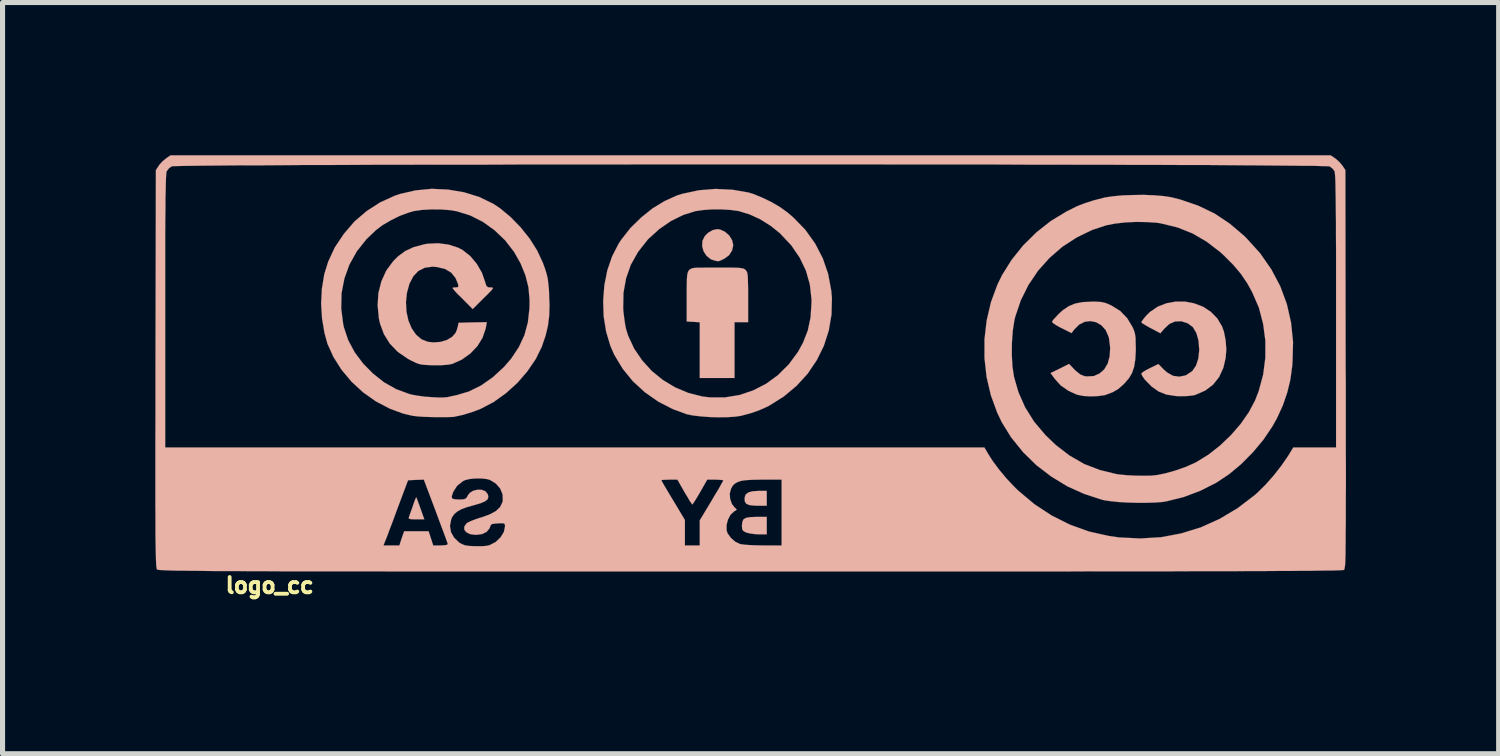
<source format=kicad_pcb>
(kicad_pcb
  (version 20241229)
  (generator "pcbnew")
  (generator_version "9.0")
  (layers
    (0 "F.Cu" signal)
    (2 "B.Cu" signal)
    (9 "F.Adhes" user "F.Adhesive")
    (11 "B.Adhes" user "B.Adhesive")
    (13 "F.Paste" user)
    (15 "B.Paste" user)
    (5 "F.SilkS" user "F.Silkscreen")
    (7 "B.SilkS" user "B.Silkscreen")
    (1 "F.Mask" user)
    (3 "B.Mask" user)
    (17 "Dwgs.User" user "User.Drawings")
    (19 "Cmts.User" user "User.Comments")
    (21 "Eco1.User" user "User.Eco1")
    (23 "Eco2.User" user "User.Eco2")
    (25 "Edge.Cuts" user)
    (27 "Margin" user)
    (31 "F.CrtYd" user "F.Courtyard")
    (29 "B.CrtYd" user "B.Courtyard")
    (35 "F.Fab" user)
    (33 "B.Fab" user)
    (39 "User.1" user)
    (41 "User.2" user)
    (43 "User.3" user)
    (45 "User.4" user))
  (footprint "logo_cc"
    (layer "F.Cu")
    (at 11.645 4.131)
    (property "Reference" "logo_cc" (at -9.398 4.318 0) (layer "F.SilkS") (effects (font (size 0.3 0.3) (thickness 0.075))))
    (attr through_hole)
    (fp_poly (pts (xy -0.069 2.598) (xy -0.066 2.667) (xy -0.036 2.715) (xy 0.028 2.741) (xy 0.13 2.751) (xy 0.185 2.753) (xy 0.366 2.753) (xy 0.366 2.606) (xy 0.366 2.461) (xy 0.213 2.461) (xy 0.086 2.469) (xy 0 2.494) (xy -0.051 2.537) (xy -0.069 2.598)) (stroke (width 0.003) (type solid)) (fill yes) (layer "B.SilkS"))
    (fp_poly (pts (xy -0.122 3.147) (xy -0.117 3.211) (xy -0.094 3.249) (xy -0.041 3.277) (xy -0.038 3.279) (xy 0.033 3.297) (xy 0.13 3.31) (xy 0.206 3.315) (xy 0.366 3.315) (xy 0.366 3.142) (xy 0.366 2.972) (xy 0.16 2.972) (xy 0.038 2.977) (xy -0.043 2.992) (xy -0.091 3.02) (xy -0.114 3.073) (xy -0.122 3.147)) (stroke (width 0.003) (type solid)) (fill yes) (layer "B.SilkS"))
    (fp_poly (pts (xy -6.668 2.99) (xy -6.66 3.007) (xy -6.619 3.018) (xy -6.535 3.02) (xy -6.52 3.02) (xy -6.36 3.02) (xy -6.436 2.807) (xy -6.469 2.715) (xy -6.497 2.639) (xy -6.515 2.596) (xy -6.518 2.586) (xy -6.528 2.603) (xy -6.551 2.659) (xy -6.579 2.738) (xy -6.589 2.769) (xy -6.622 2.863) (xy -6.65 2.939) (xy -6.665 2.985) (xy -6.668 2.99)) (stroke (width 0.003) (type solid)) (fill yes) (layer "B.SilkS"))
    (fp_poly (pts (xy -0.902 -2.344) (xy -0.874 -2.243) (xy -0.815 -2.154) (xy -0.732 -2.088) (xy -0.688 -2.073) (xy -0.625 -2.055) (xy -0.587 -2.05) (xy -0.549 -2.06) (xy -0.493 -2.088) (xy -0.47 -2.098) (xy -0.376 -2.167) (xy -0.315 -2.261) (xy -0.292 -2.367) (xy -0.315 -2.464) (xy -0.371 -2.555) (xy -0.455 -2.629) (xy -0.549 -2.672) (xy -0.605 -2.68) (xy -0.693 -2.662) (xy -0.785 -2.609) (xy -0.851 -2.543) (xy -0.897 -2.451) (xy -0.902 -2.344)) (stroke (width 0.003) (type solid)) (fill yes) (layer "B.SilkS"))
    (fp_poly (pts (xy -1.206 -0.866) (xy -1.077 -0.859) (xy -0.95 -0.851) (xy -0.95 -0.302) (xy -0.95 0.244) (xy -0.61 0.244) (xy -0.267 0.244) (xy -0.267 -0.305) (xy -0.267 -0.853) (xy -0.135 -0.853) (xy 0 -0.853) (xy 0 -1.341) (xy 0 -1.506) (xy -0.003 -1.633) (xy -0.005 -1.722) (xy -0.01 -1.783) (xy -0.018 -1.826) (xy -0.03 -1.854) (xy -0.046 -1.872) (xy -0.048 -1.877) (xy -0.066 -1.892) (xy -0.091 -1.905) (xy -0.13 -1.913) (xy -0.185 -1.92) (xy -0.269 -1.923) (xy -0.384 -1.925) (xy -0.538 -1.925) (xy -0.605 -1.925) (xy -0.775 -1.925) (xy -0.904 -1.923) (xy -0.996 -1.923) (xy -1.062 -1.918) (xy -1.102 -1.91) (xy -1.13 -1.897) (xy -1.151 -1.885) (xy -1.158 -1.875) (xy -1.176 -1.852) (xy -1.186 -1.824) (xy -1.196 -1.781) (xy -1.201 -1.717) (xy -1.204 -1.626) (xy -1.206 -1.499) (xy -1.206 -1.344) (xy -1.206 -0.866)) (stroke (width 0.003) (type solid)) (fill yes) (layer "B.SilkS"))
    (fp_poly (pts (xy 7.724 0.16) (xy 7.739 0.196) (xy 7.775 0.251) (xy 7.79 0.272) (xy 7.925 0.411) (xy 8.062 0.508) (xy 8.214 0.569) (xy 8.395 0.597) (xy 8.468 0.602) (xy 8.616 0.599) (xy 8.735 0.587) (xy 8.788 0.574) (xy 8.979 0.49) (xy 9.131 0.376) (xy 9.251 0.226) (xy 9.335 0.043) (xy 9.38 -0.15) (xy 9.393 -0.318) (xy 9.38 -0.495) (xy 9.347 -0.663) (xy 9.309 -0.77) (xy 9.215 -0.927) (xy 9.088 -1.057) (xy 8.936 -1.156) (xy 8.763 -1.222) (xy 8.583 -1.257) (xy 8.397 -1.257) (xy 8.217 -1.224) (xy 8.044 -1.156) (xy 7.892 -1.052) (xy 7.818 -0.978) (xy 7.767 -0.917) (xy 7.734 -0.871) (xy 7.724 -0.851) (xy 7.744 -0.831) (xy 7.798 -0.798) (xy 7.877 -0.752) (xy 7.912 -0.734) (xy 8.098 -0.635) (xy 8.179 -0.729) (xy 8.278 -0.82) (xy 8.385 -0.866) (xy 8.506 -0.871) (xy 8.509 -0.871) (xy 8.636 -0.831) (xy 8.738 -0.754) (xy 8.806 -0.638) (xy 8.847 -0.49) (xy 8.862 -0.305) (xy 8.844 -0.14) (xy 8.799 0) (xy 8.725 0.107) (xy 8.71 0.119) (xy 8.595 0.193) (xy 8.471 0.218) (xy 8.346 0.201) (xy 8.23 0.135) (xy 8.166 0.079) (xy 8.059 -0.03) (xy 7.892 0.051) (xy 7.813 0.091) (xy 7.752 0.13) (xy 7.724 0.157) (xy 7.724 0.16)) (stroke (width 0.003) (type solid)) (fill yes) (layer "B.SilkS"))
    (fp_poly (pts (xy 5.941 0.147) (xy 6.025 0.262) (xy 6.142 0.391) (xy 6.292 0.495) (xy 6.454 0.569) (xy 6.464 0.572) (xy 6.586 0.597) (xy 6.728 0.605) (xy 6.876 0.599) (xy 7 0.582) (xy 7.031 0.572) (xy 7.16 0.523) (xy 7.267 0.462) (xy 7.369 0.373) (xy 7.391 0.351) (xy 7.48 0.249) (xy 7.541 0.145) (xy 7.582 0.025) (xy 7.605 -0.119) (xy 7.615 -0.3) (xy 7.615 -0.33) (xy 7.612 -0.457) (xy 7.61 -0.551) (xy 7.6 -0.62) (xy 7.584 -0.678) (xy 7.559 -0.739) (xy 7.549 -0.759) (xy 7.445 -0.932) (xy 7.31 -1.072) (xy 7.142 -1.176) (xy 7.061 -1.214) (xy 6.995 -1.237) (xy 6.924 -1.25) (xy 6.835 -1.255) (xy 6.751 -1.255) (xy 6.571 -1.247) (xy 6.426 -1.219) (xy 6.302 -1.168) (xy 6.185 -1.09) (xy 6.111 -1.024) (xy 6.045 -0.955) (xy 5.994 -0.899) (xy 5.972 -0.864) (xy 5.969 -0.859) (xy 5.989 -0.836) (xy 6.045 -0.798) (xy 6.124 -0.752) (xy 6.162 -0.734) (xy 6.353 -0.638) (xy 6.406 -0.709) (xy 6.502 -0.805) (xy 6.614 -0.861) (xy 6.726 -0.874) (xy 6.838 -0.851) (xy 6.939 -0.792) (xy 7.023 -0.699) (xy 7.079 -0.572) (xy 7.089 -0.536) (xy 7.112 -0.351) (xy 7.102 -0.183) (xy 7.064 -0.041) (xy 6.995 0.076) (xy 6.901 0.157) (xy 6.787 0.206) (xy 6.652 0.213) (xy 6.609 0.208) (xy 6.525 0.175) (xy 6.436 0.104) (xy 6.411 0.079) (xy 6.304 -0.033) (xy 6.124 0.058) (xy 5.941 0.147)) (stroke (width 0.003) (type solid)) (fill yes) (layer "B.SilkS"))
    (fp_poly (pts (xy -7.277 -1.179) (xy -7.252 -0.922) (xy -7.231 -0.828) (xy -7.155 -0.62) (xy -7.038 -0.432) (xy -6.881 -0.269) (xy -6.685 -0.135) (xy -6.629 -0.104) (xy -6.546 -0.064) (xy -6.48 -0.036) (xy -6.413 -0.02) (xy -6.337 -0.013) (xy -6.231 -0.008) (xy -6.177 -0.008) (xy -6.017 -0.008) (xy -5.89 -0.018) (xy -5.812 -0.033) (xy -5.624 -0.117) (xy -5.458 -0.236) (xy -5.319 -0.381) (xy -5.217 -0.546) (xy -5.156 -0.724) (xy -5.149 -0.759) (xy -5.133 -0.853) (xy -5.41 -0.848) (xy -5.687 -0.841) (xy -5.702 -0.767) (xy -5.723 -0.696) (xy -5.745 -0.643) (xy -5.814 -0.564) (xy -5.916 -0.503) (xy -6.043 -0.465) (xy -6.18 -0.455) (xy -6.292 -0.467) (xy -6.416 -0.516) (xy -6.523 -0.607) (xy -6.609 -0.732) (xy -6.673 -0.884) (xy -6.711 -1.057) (xy -6.721 -1.245) (xy -6.703 -1.425) (xy -6.652 -1.61) (xy -6.576 -1.755) (xy -6.477 -1.859) (xy -6.35 -1.923) (xy -6.198 -1.943) (xy -6.106 -1.935) (xy -5.951 -1.897) (xy -5.832 -1.826) (xy -5.748 -1.722) (xy -5.7 -1.608) (xy -5.69 -1.557) (xy -5.705 -1.539) (xy -5.758 -1.534) (xy -5.789 -1.534) (xy -5.804 -1.527) (xy -5.796 -1.509) (xy -5.768 -1.473) (xy -5.712 -1.412) (xy -5.624 -1.326) (xy -5.621 -1.323) (xy -5.41 -1.11) (xy -5.197 -1.323) (xy -5.108 -1.41) (xy -5.05 -1.471) (xy -5.019 -1.506) (xy -5.014 -1.527) (xy -5.029 -1.534) (xy -5.06 -1.534) (xy -5.11 -1.539) (xy -5.138 -1.562) (xy -5.159 -1.615) (xy -5.164 -1.638) (xy -5.23 -1.826) (xy -5.331 -1.999) (xy -5.458 -2.151) (xy -5.606 -2.268) (xy -5.697 -2.316) (xy -5.885 -2.377) (xy -6.091 -2.403) (xy -6.302 -2.393) (xy -6.37 -2.38) (xy -6.568 -2.327) (xy -6.734 -2.25) (xy -6.878 -2.144) (xy -6.97 -2.052) (xy -7.107 -1.867) (xy -7.203 -1.656) (xy -7.262 -1.425) (xy -7.277 -1.179)) (stroke (width 0.003) (type solid)) (fill yes) (layer "B.SilkS"))
    (fp_poly (pts (xy -2.847 -1.27) (xy -2.837 -0.965) (xy -2.789 -0.668) (xy -2.705 -0.386) (xy -2.629 -0.213) (xy -2.466 0.058) (xy -2.454 0.074) (xy -2.454 -1.12) (xy -2.449 -1.425) (xy -2.398 -1.712) (xy -2.304 -1.981) (xy -2.162 -2.233) (xy -1.976 -2.469) (xy -1.953 -2.494) (xy -1.745 -2.682) (xy -1.516 -2.84) (xy -1.275 -2.959) (xy -1.031 -3.035) (xy -1.024 -3.035) (xy -0.881 -3.056) (xy -0.711 -3.068) (xy -0.528 -3.068) (xy -0.351 -3.058) (xy -0.201 -3.038) (xy -0.183 -3.035) (xy 0.023 -2.972) (xy 0.236 -2.875) (xy 0.442 -2.746) (xy 0.627 -2.598) (xy 0.635 -2.588) (xy 0.848 -2.362) (xy 1.013 -2.121) (xy 1.135 -1.867) (xy 1.212 -1.598) (xy 1.245 -1.306) (xy 1.245 -1.227) (xy 1.227 -0.945) (xy 1.173 -0.691) (xy 1.079 -0.45) (xy 0.98 -0.269) (xy 0.8 -0.025) (xy 0.589 0.185) (xy 0.356 0.356) (xy 0.099 0.488) (xy -0.173 0.579) (xy -0.455 0.625) (xy -0.747 0.625) (xy -0.899 0.607) (xy -1.173 0.538) (xy -1.433 0.429) (xy -1.676 0.282) (xy -1.895 0.104) (xy -2.083 -0.104) (xy -2.24 -0.335) (xy -2.357 -0.587) (xy -2.398 -0.719) (xy -2.416 -0.808) (xy -2.433 -0.927) (xy -2.449 -1.057) (xy -2.454 -1.12) (xy -2.454 0.074) (xy -2.266 0.305) (xy -2.029 0.523) (xy -1.763 0.709) (xy -1.476 0.856) (xy -1.206 0.955) (xy -1.085 0.98) (xy -0.927 0.998) (xy -0.752 1.011) (xy -0.572 1.016) (xy -0.399 1.013) (xy -0.249 1.003) (xy -0.147 0.988) (xy 0.046 0.937) (xy 0.208 0.881) (xy 0.358 0.815) (xy 0.414 0.787) (xy 0.701 0.607) (xy 0.953 0.396) (xy 1.171 0.157) (xy 1.349 -0.107) (xy 1.488 -0.389) (xy 1.585 -0.691) (xy 1.638 -1.003) (xy 1.646 -1.326) (xy 1.633 -1.473) (xy 1.572 -1.801) (xy 1.466 -2.108) (xy 1.316 -2.398) (xy 1.123 -2.667) (xy 0.886 -2.911) (xy 0.77 -3.01) (xy 0.63 -3.111) (xy 0.46 -3.211) (xy 0.282 -3.297) (xy 0.109 -3.368) (xy 0.01 -3.399) (xy -0.307 -3.454) (xy -0.638 -3.47) (xy -0.965 -3.444) (xy -1.283 -3.376) (xy -1.4 -3.34) (xy -1.638 -3.233) (xy -1.875 -3.089) (xy -2.101 -2.908) (xy -2.309 -2.705) (xy -2.487 -2.479) (xy -2.543 -2.395) (xy -2.672 -2.144) (xy -2.766 -1.869) (xy -2.824 -1.575) (xy -2.847 -1.27)) (stroke (width 0.003) (type solid)) (fill yes) (layer "B.SilkS"))
    (fp_poly (pts (xy -8.387 -1.219) (xy -8.369 -0.925) (xy -8.321 -0.64) (xy -8.263 -0.429) (xy -8.143 -0.165) (xy -7.993 0.071) (xy -7.993 -1.12) (xy -7.986 -1.422) (xy -7.93 -1.712) (xy -7.831 -1.986) (xy -7.686 -2.245) (xy -7.496 -2.484) (xy -7.315 -2.657) (xy -7.183 -2.758) (xy -7.021 -2.852) (xy -6.848 -2.939) (xy -6.678 -3.002) (xy -6.566 -3.035) (xy -6.406 -3.058) (xy -6.22 -3.068) (xy -6.027 -3.066) (xy -5.847 -3.053) (xy -5.718 -3.03) (xy -5.458 -2.949) (xy -5.21 -2.824) (xy -4.981 -2.659) (xy -4.773 -2.461) (xy -4.597 -2.233) (xy -4.47 -2.009) (xy -4.374 -1.773) (xy -4.315 -1.539) (xy -4.293 -1.293) (xy -4.295 -1.123) (xy -4.326 -0.848) (xy -4.394 -0.597) (xy -4.503 -0.363) (xy -4.653 -0.137) (xy -4.796 0.028) (xy -5.014 0.229) (xy -5.245 0.391) (xy -5.489 0.511) (xy -5.73 0.582) (xy -5.814 0.599) (xy -5.883 0.615) (xy -5.908 0.62) (xy -5.982 0.627) (xy -6.088 0.627) (xy -6.218 0.62) (xy -6.355 0.61) (xy -6.487 0.592) (xy -6.601 0.572) (xy -6.652 0.559) (xy -6.909 0.465) (xy -7.15 0.33) (xy -7.369 0.157) (xy -7.564 -0.041) (xy -7.729 -0.262) (xy -7.856 -0.5) (xy -7.94 -0.752) (xy -7.953 -0.81) (xy -7.993 -1.12) (xy -7.993 0.071) (xy -7.983 0.086) (xy -7.788 0.318) (xy -7.562 0.526) (xy -7.31 0.704) (xy -7.038 0.846) (xy -6.784 0.94) (xy -6.683 0.965) (xy -6.591 0.986) (xy -6.492 0.998) (xy -6.373 1.006) (xy -6.218 1.011) (xy -6.213 1.011) (xy -6.081 1.013) (xy -5.959 1.013) (xy -5.862 1.011) (xy -5.799 1.008) (xy -5.786 1.008) (xy -5.601 0.968) (xy -5.403 0.907) (xy -5.25 0.848) (xy -4.996 0.714) (xy -4.755 0.541) (xy -4.531 0.338) (xy -4.336 0.112) (xy -4.171 -0.13) (xy -4.049 -0.378) (xy -4.046 -0.391) (xy -3.978 -0.589) (xy -3.932 -0.782) (xy -3.907 -0.98) (xy -3.901 -1.204) (xy -3.907 -1.326) (xy -3.912 -1.486) (xy -3.924 -1.608) (xy -3.937 -1.712) (xy -3.96 -1.808) (xy -3.993 -1.913) (xy -4.034 -2.024) (xy -4.143 -2.258) (xy -4.29 -2.492) (xy -4.468 -2.715) (xy -4.666 -2.918) (xy -4.874 -3.091) (xy -5.006 -3.178) (xy -5.283 -3.312) (xy -5.58 -3.404) (xy -5.893 -3.457) (xy -6.213 -3.472) (xy -6.528 -3.442) (xy -6.838 -3.371) (xy -6.944 -3.335) (xy -7.229 -3.205) (xy -7.493 -3.035) (xy -7.732 -2.83) (xy -7.94 -2.588) (xy -8.118 -2.322) (xy -8.247 -2.045) (xy -8.326 -1.791) (xy -8.372 -1.511) (xy -8.387 -1.219)) (stroke (width 0.003) (type solid)) (fill yes) (layer "B.SilkS"))
    (fp_poly (pts (xy 4.643 -0.145) (xy 4.684 0.224) (xy 4.768 0.582) (xy 4.892 0.922) (xy 4.983 1.113) (xy 5.171 1.417) (xy 5.179 1.425) (xy 5.179 -0.213) (xy 5.182 -0.452) (xy 5.199 -0.688) (xy 5.232 -0.899) (xy 5.248 -0.963) (xy 5.357 -1.285) (xy 5.507 -1.585) (xy 5.695 -1.864) (xy 5.918 -2.113) (xy 6.172 -2.334) (xy 6.454 -2.517) (xy 6.756 -2.664) (xy 7.036 -2.756) (xy 7.206 -2.789) (xy 7.404 -2.812) (xy 7.617 -2.822) (xy 7.828 -2.819) (xy 8.021 -2.807) (xy 8.105 -2.794) (xy 8.43 -2.715) (xy 8.73 -2.596) (xy 9.009 -2.433) (xy 9.276 -2.228) (xy 9.347 -2.162) (xy 9.53 -1.979) (xy 9.68 -1.801) (xy 9.807 -1.613) (xy 9.901 -1.443) (xy 10.033 -1.138) (xy 10.117 -0.818) (xy 10.16 -0.488) (xy 10.16 -0.155) (xy 10.117 0.178) (xy 10.03 0.5) (xy 9.957 0.688) (xy 9.835 0.917) (xy 9.675 1.146) (xy 9.484 1.367) (xy 9.271 1.57) (xy 9.045 1.748) (xy 8.814 1.89) (xy 8.778 1.91) (xy 8.595 1.991) (xy 8.392 2.062) (xy 8.191 2.118) (xy 8.029 2.151) (xy 7.915 2.162) (xy 7.767 2.164) (xy 7.605 2.162) (xy 7.445 2.154) (xy 7.305 2.141) (xy 7.234 2.131) (xy 6.909 2.052) (xy 6.601 1.933) (xy 6.314 1.768) (xy 6.043 1.56) (xy 5.839 1.364) (xy 5.616 1.1) (xy 5.441 0.82) (xy 5.309 0.521) (xy 5.222 0.218) (xy 5.192 0.018) (xy 5.179 -0.213) (xy 5.179 1.425) (xy 5.4 1.699) (xy 5.662 1.956) (xy 5.954 2.179) (xy 6.271 2.372) (xy 6.604 2.522) (xy 6.949 2.634) (xy 7.005 2.647) (xy 7.122 2.664) (xy 7.275 2.68) (xy 7.447 2.69) (xy 7.635 2.695) (xy 7.818 2.695) (xy 7.988 2.69) (xy 8.133 2.68) (xy 8.214 2.667) (xy 8.552 2.583) (xy 8.882 2.459) (xy 9.195 2.301) (xy 9.444 2.136) (xy 9.685 1.935) (xy 9.914 1.704) (xy 10.122 1.455) (xy 10.295 1.199) (xy 10.384 1.041) (xy 10.503 0.782) (xy 10.589 0.533) (xy 10.65 0.282) (xy 10.688 0.005) (xy 10.693 -0.069) (xy 10.704 -0.462) (xy 10.665 -0.843) (xy 10.582 -1.209) (xy 10.452 -1.56) (xy 10.277 -1.89) (xy 10.058 -2.205) (xy 9.792 -2.499) (xy 9.743 -2.548) (xy 9.459 -2.789) (xy 9.162 -2.987) (xy 8.839 -3.142) (xy 8.491 -3.261) (xy 8.308 -3.307) (xy 8.158 -3.33) (xy 7.973 -3.345) (xy 7.77 -3.353) (xy 7.556 -3.35) (xy 7.351 -3.343) (xy 7.163 -3.325) (xy 7.008 -3.302) (xy 6.98 -3.294) (xy 6.784 -3.244) (xy 6.617 -3.19) (xy 6.459 -3.129) (xy 6.297 -3.048) (xy 6.251 -3.025) (xy 5.946 -2.84) (xy 5.662 -2.616) (xy 5.403 -2.36) (xy 5.177 -2.078) (xy 4.989 -1.778) (xy 4.897 -1.59) (xy 4.77 -1.245) (xy 4.686 -0.886) (xy 4.643 -0.516) (xy 4.643 -0.145)) (stroke (width 0.003) (type solid)) (fill yes) (layer "B.SilkS"))
    (fp_poly (pts (xy -11.643 2.758) (xy -11.641 2.992) (xy -11.641 3.193) (xy -11.641 3.368) (xy -11.638 3.515) (xy -11.636 3.64) (xy -11.633 3.739) (xy -11.631 3.82) (xy -11.628 3.884) (xy -11.626 3.929) (xy -11.62 3.965) (xy -11.618 3.988) (xy -11.613 4) (xy -11.608 4.006) (xy -11.603 4.008) (xy -11.59 4.011) (xy -11.57 4.013) (xy -11.542 4.016) (xy -11.501 4.018) (xy -11.45 4.021) (xy -11.45 1.608) (xy -11.45 -1.072) (xy -11.45 -1.516) (xy -11.45 -1.918) (xy -11.45 -2.271) (xy -11.45 -2.583) (xy -11.448 -2.855) (xy -11.445 -3.089) (xy -11.445 -3.287) (xy -11.44 -3.447) (xy -11.438 -3.579) (xy -11.435 -3.678) (xy -11.43 -3.749) (xy -11.427 -3.795) (xy -11.422 -3.815) (xy -11.379 -3.873) (xy -11.326 -3.912) (xy -11.295 -3.917) (xy -11.219 -3.919) (xy -11.097 -3.922) (xy -10.932 -3.924) (xy -10.726 -3.927) (xy -10.48 -3.929) (xy -10.198 -3.932) (xy -9.878 -3.934) (xy -9.525 -3.934) (xy -9.141 -3.937) (xy -8.725 -3.94) (xy -8.283 -3.94) (xy -7.813 -3.942) (xy -7.318 -3.945) (xy -6.8 -3.945) (xy -6.261 -3.947) (xy -5.705 -3.947) (xy -5.131 -3.947) (xy -4.539 -3.95) (xy -3.937 -3.95) (xy -3.32 -3.95) (xy -2.695 -3.95) (xy -2.062 -3.952) (xy -1.425 -3.952) (xy -0.78 -3.952) (xy -0.135 -3.952) (xy 0.511 -3.952) (xy 1.156 -3.952) (xy 1.798 -3.952) (xy 2.433 -3.952) (xy 3.063 -3.95) (xy 3.683 -3.95) (xy 4.295 -3.95) (xy 4.892 -3.95) (xy 5.476 -3.947) (xy 6.043 -3.947) (xy 6.594 -3.945) (xy 7.122 -3.945) (xy 7.63 -3.942) (xy 8.115 -3.942) (xy 8.572 -3.94) (xy 9.004 -3.94) (xy 9.408 -3.937) (xy 9.779 -3.934) (xy 10.117 -3.932) (xy 10.422 -3.929) (xy 10.688 -3.927) (xy 10.919 -3.924) (xy 11.107 -3.924) (xy 11.252 -3.919) (xy 11.356 -3.917) (xy 11.412 -3.914) (xy 11.425 -3.912) (xy 11.483 -3.866) (xy 11.521 -3.815) (xy 11.524 -3.792) (xy 11.529 -3.744) (xy 11.534 -3.67) (xy 11.537 -3.569) (xy 11.539 -3.437) (xy 11.542 -3.272) (xy 11.544 -3.073) (xy 11.547 -2.835) (xy 11.547 -2.56) (xy 11.549 -2.245) (xy 11.549 -1.887) (xy 11.549 -1.483) (xy 11.549 -1.072) (xy 11.549 1.608) (xy 11.128 1.608) (xy 10.709 1.608) (xy 10.602 1.783) (xy 10.477 1.963) (xy 10.328 2.154) (xy 10.165 2.339) (xy 10.003 2.499) (xy 9.947 2.548) (xy 9.614 2.802) (xy 9.261 3.012) (xy 8.893 3.178) (xy 8.506 3.297) (xy 8.113 3.371) (xy 7.706 3.396) (xy 7.292 3.376) (xy 7.089 3.348) (xy 6.695 3.259) (xy 6.32 3.124) (xy 5.961 2.944) (xy 5.624 2.723) (xy 5.309 2.459) (xy 5.225 2.377) (xy 5.077 2.22) (xy 4.935 2.05) (xy 4.808 1.88) (xy 4.707 1.722) (xy 4.702 1.712) (xy 4.641 1.608) (xy -3.404 1.608) (xy -11.45 1.608) (xy -11.45 4.021) (xy -11.387 4.023) (xy -11.311 4.026) (xy -11.217 4.028) (xy -11.107 4.028) (xy -10.98 4.031) (xy -10.833 4.031) (xy -10.665 4.034) (xy -10.477 4.036) (xy -10.267 4.036) (xy -10.03 4.036) (xy -9.769 4.039) (xy -9.479 4.039) (xy -9.164 4.041) (xy -8.819 4.041) (xy -8.44 4.041) (xy -8.031 4.041) (xy -7.592 4.041) (xy -7.163 4.041) (xy -7.163 3.533) (xy -7.127 3.442) (xy -7.107 3.393) (xy -7.074 3.307) (xy -7.031 3.19) (xy -6.977 3.051) (xy -6.921 2.896) (xy -6.886 2.802) (xy -6.68 2.253) (xy -6.525 2.245) (xy -6.37 2.24) (xy -6.139 2.852) (xy -6.078 3.018) (xy -6.022 3.167) (xy -5.974 3.297) (xy -5.936 3.399) (xy -5.911 3.47) (xy -5.9 3.5) (xy -5.908 3.518) (xy -5.951 3.528) (xy -6.032 3.533) (xy -6.038 3.533) (xy -6.185 3.533) (xy -6.231 3.393) (xy -6.276 3.254) (xy -6.518 3.254) (xy -6.756 3.254) (xy -6.805 3.393) (xy -6.85 3.533) (xy -7.005 3.533) (xy -7.163 3.533) (xy -7.163 4.041) (xy -7.117 4.044) (xy -6.604 4.044) (xy -6.055 4.044) (xy -5.857 4.044) (xy -5.857 3.147) (xy -5.832 3.02) (xy -5.814 2.977) (xy -5.773 2.918) (xy -5.715 2.868) (xy -5.634 2.822) (xy -5.517 2.779) (xy -5.38 2.741) (xy -5.253 2.703) (xy -5.169 2.667) (xy -5.121 2.631) (xy -5.103 2.588) (xy -5.11 2.537) (xy -5.116 2.525) (xy -5.159 2.469) (xy -5.23 2.441) (xy -5.314 2.438) (xy -5.4 2.459) (xy -5.469 2.502) (xy -5.507 2.553) (xy -5.53 2.596) (xy -5.56 2.619) (xy -5.606 2.629) (xy -5.682 2.631) (xy -5.768 2.626) (xy -5.814 2.611) (xy -5.822 2.57) (xy -5.799 2.499) (xy -5.789 2.474) (xy -5.715 2.36) (xy -5.603 2.271) (xy -5.56 2.25) (xy -5.471 2.228) (xy -5.357 2.217) (xy -5.237 2.217) (xy -5.126 2.23) (xy -5.065 2.248) (xy -4.953 2.319) (xy -4.869 2.416) (xy -4.823 2.53) (xy -4.818 2.652) (xy -4.829 2.692) (xy -4.872 2.779) (xy -4.953 2.857) (xy -5.077 2.924) (xy -5.245 2.985) (xy -5.253 2.985) (xy -5.357 3.02) (xy -5.448 3.056) (xy -5.512 3.086) (xy -5.53 3.099) (xy -5.575 3.162) (xy -5.575 3.223) (xy -5.535 3.274) (xy -5.464 3.31) (xy -5.359 3.325) (xy -5.347 3.325) (xy -5.227 3.31) (xy -5.136 3.266) (xy -5.08 3.198) (xy -5.067 3.165) (xy -5.055 3.132) (xy -5.027 3.111) (xy -4.971 3.104) (xy -4.915 3.099) (xy -4.836 3.096) (xy -4.796 3.101) (xy -4.778 3.119) (xy -4.775 3.155) (xy -4.775 3.157) (xy -4.798 3.269) (xy -4.862 3.373) (xy -4.958 3.465) (xy -5.08 3.528) (xy -5.138 3.541) (xy -5.227 3.548) (xy -5.334 3.548) (xy -5.364 3.548) (xy -5.474 3.543) (xy -5.55 3.533) (xy -5.608 3.513) (xy -5.667 3.482) (xy -5.674 3.477) (xy -5.773 3.383) (xy -5.837 3.272) (xy -5.857 3.147) (xy -5.857 4.044) (xy -5.469 4.044) (xy -4.844 4.044) (xy -4.176 4.044) (xy -3.467 4.044) (xy -2.715 4.044) (xy -1.918 4.044) (xy -1.704 4.044) (xy -1.704 2.25) (xy -1.681 2.245) (xy -1.626 2.243) (xy -1.547 2.24) (xy -1.389 2.24) (xy -1.25 2.484) (xy -1.191 2.581) (xy -1.146 2.659) (xy -1.11 2.71) (xy -1.097 2.728) (xy -1.079 2.708) (xy -1.044 2.654) (xy -0.996 2.576) (xy -0.942 2.484) (xy -0.803 2.24) (xy -0.645 2.24) (xy -0.564 2.243) (xy -0.508 2.248) (xy -0.488 2.256) (xy -0.5 2.281) (xy -0.533 2.339) (xy -0.582 2.428) (xy -0.648 2.535) (xy -0.719 2.657) (xy -0.95 3.04) (xy -0.95 3.287) (xy -0.95 3.533) (xy -1.097 3.533) (xy -1.242 3.533) (xy -1.242 3.282) (xy -1.242 3.033) (xy -1.473 2.647) (xy -1.547 2.525) (xy -1.61 2.418) (xy -1.661 2.332) (xy -1.694 2.273) (xy -1.704 2.25) (xy -1.704 4.044) (xy -1.074 4.044) (xy -0.424 4.044) (xy -0.424 3.132) (xy -0.396 3.025) (xy -0.345 2.929) (xy -0.274 2.863) (xy -0.241 2.845) (xy -0.224 2.83) (xy -0.244 2.804) (xy -0.259 2.794) (xy -0.318 2.72) (xy -0.353 2.621) (xy -0.361 2.515) (xy -0.335 2.416) (xy -0.3 2.357) (xy -0.257 2.316) (xy -0.203 2.286) (xy -0.132 2.263) (xy -0.038 2.25) (xy 0.089 2.243) (xy 0.254 2.24) (xy 0.279 2.24) (xy 0.658 2.24) (xy 0.658 2.888) (xy 0.658 3.533) (xy 0.3 3.533) (xy 0.163 3.531) (xy 0.036 3.526) (xy -0.071 3.518) (xy -0.142 3.508) (xy -0.157 3.505) (xy -0.254 3.459) (xy -0.34 3.383) (xy -0.404 3.294) (xy -0.422 3.239) (xy -0.424 3.132) (xy -0.424 4.044) (xy -0.185 4.044) (xy 0.046 4.044) (xy 0.975 4.044) (xy 1.857 4.044) (xy 2.692 4.044) (xy 3.482 4.044) (xy 4.229 4.044) (xy 4.93 4.044) (xy 5.591 4.044) (xy 6.21 4.044) (xy 6.789 4.041) (xy 7.33 4.041) (xy 7.833 4.041) (xy 8.298 4.041) (xy 8.73 4.039) (xy 9.126 4.039) (xy 9.489 4.039) (xy 9.82 4.036) (xy 10.122 4.036) (xy 10.391 4.034) (xy 10.632 4.034) (xy 10.846 4.031) (xy 11.034 4.031) (xy 11.194 4.028) (xy 11.331 4.026) (xy 11.445 4.026) (xy 11.537 4.023) (xy 11.608 4.021) (xy 11.659 4.018) (xy 11.689 4.016) (xy 11.702 4.013) (xy 11.704 4.013) (xy 11.709 4.008) (xy 11.714 3.995) (xy 11.717 3.978) (xy 11.722 3.947) (xy 11.727 3.907) (xy 11.73 3.851) (xy 11.732 3.78) (xy 11.735 3.688) (xy 11.735 3.576) (xy 11.737 3.442) (xy 11.737 3.282) (xy 11.74 3.091) (xy 11.74 2.875) (xy 11.74 2.624) (xy 11.742 2.339) (xy 11.742 2.019) (xy 11.74 1.659) (xy 11.74 1.257) (xy 11.74 0.813) (xy 11.74 0.323) (xy 11.737 0.071) (xy 11.732 -3.84) (xy 11.674 -3.927) (xy 11.613 -4) (xy 11.539 -4.064) (xy 11.529 -4.072) (xy 11.443 -4.13) (xy 0.048 -4.13) (xy -11.346 -4.13) (xy -11.43 -4.072) (xy -11.504 -4.011) (xy -11.57 -3.937) (xy -11.575 -3.927) (xy -11.633 -3.84) (xy -11.641 0.064) (xy -11.641 0.577) (xy -11.641 1.044) (xy -11.643 1.466) (xy -11.643 1.847) (xy -11.643 2.187) (xy -11.643 2.489) (xy -11.643 2.758)) (stroke (width 0.003) (type solid)) (fill yes) (layer "B.SilkS")))
  (gr_rect
    (start -3 -3)
    (end 26.388 11.756)
    (stroke (width 0.1) (type default))
    (fill no)
    (layer "Edge.Cuts")))
</source>
